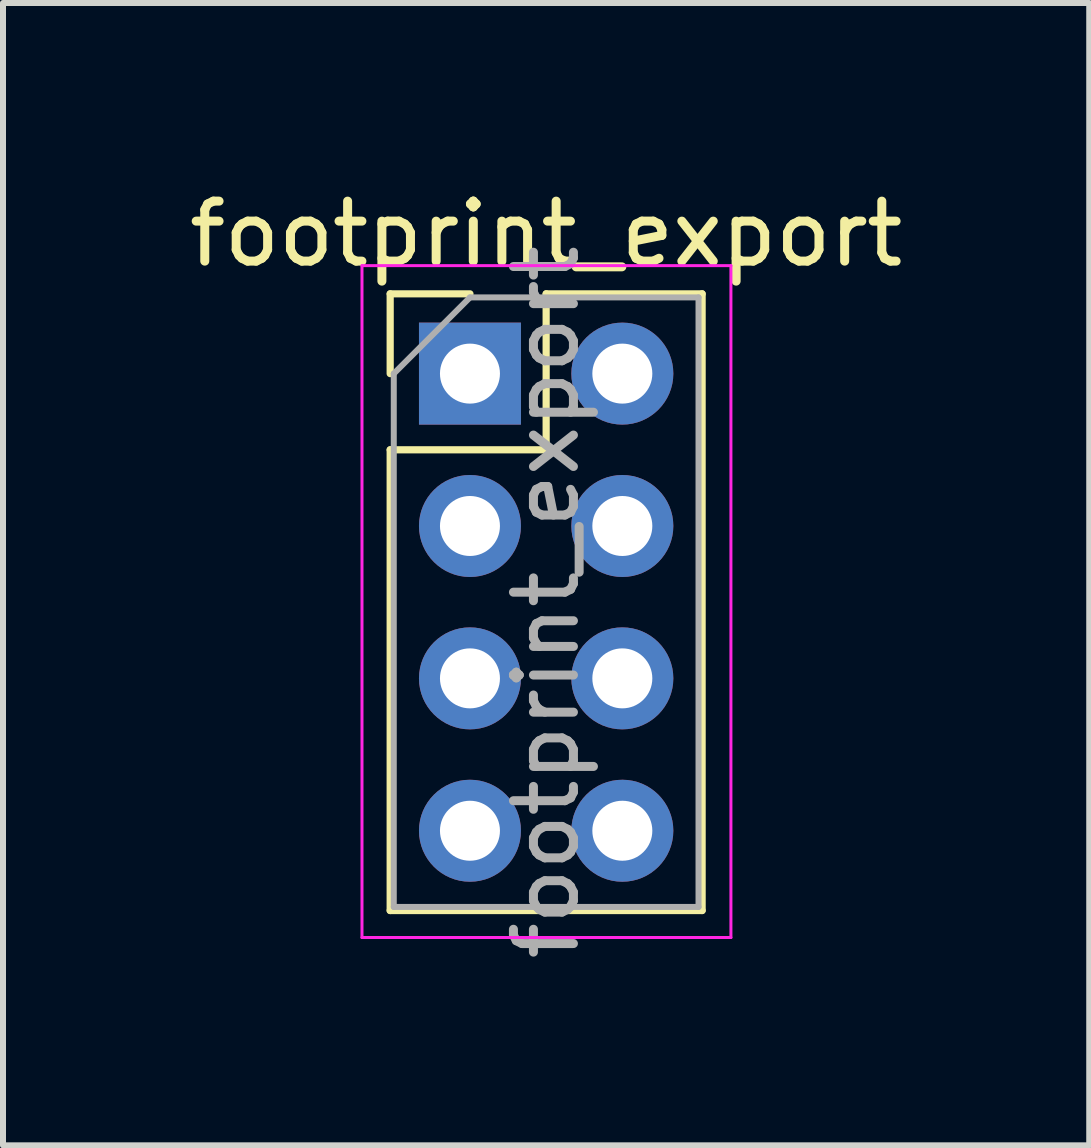
<source format=kicad_pcb>
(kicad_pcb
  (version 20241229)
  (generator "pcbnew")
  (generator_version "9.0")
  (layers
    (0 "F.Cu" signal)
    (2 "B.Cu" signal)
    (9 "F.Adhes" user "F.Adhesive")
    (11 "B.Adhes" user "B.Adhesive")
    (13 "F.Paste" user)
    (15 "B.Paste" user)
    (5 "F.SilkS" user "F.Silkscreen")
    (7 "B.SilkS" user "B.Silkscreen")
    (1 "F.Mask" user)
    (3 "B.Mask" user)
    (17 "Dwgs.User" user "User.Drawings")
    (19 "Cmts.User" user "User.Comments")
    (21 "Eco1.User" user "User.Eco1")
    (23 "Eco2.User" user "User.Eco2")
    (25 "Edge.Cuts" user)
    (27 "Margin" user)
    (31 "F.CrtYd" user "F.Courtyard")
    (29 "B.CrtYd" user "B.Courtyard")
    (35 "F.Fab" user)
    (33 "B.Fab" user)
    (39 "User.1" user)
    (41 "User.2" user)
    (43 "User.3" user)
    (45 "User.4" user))
  (footprint "footprint_export"
    (layer "F.Cu")
    (at 4.784 3.178)
    (property "Reference" "footprint_export" (at 1.27 -2.33 0) (layer "F.SilkS") (effects (font (size 1 1) (thickness 0.15))))
    (attr through_hole)
    (fp_line (start -1.33 -1.33) (end 0 -1.33) (stroke (width 0.12) (type solid)) (layer "F.SilkS"))
    (fp_line (start -1.33 0) (end -1.33 -1.33) (stroke (width 0.12) (type solid)) (layer "F.SilkS"))
    (fp_line (start -1.33 1.27) (end -1.33 8.95) (stroke (width 0.12) (type solid)) (layer "F.SilkS"))
    (fp_line (start -1.33 1.27) (end 1.27 1.27) (stroke (width 0.12) (type solid)) (layer "F.SilkS"))
    (fp_line (start -1.33 8.95) (end 3.87 8.95) (stroke (width 0.12) (type solid)) (layer "F.SilkS"))
    (fp_line (start 1.27 -1.33) (end 3.87 -1.33) (stroke (width 0.12) (type solid)) (layer "F.SilkS"))
    (fp_line (start 1.27 1.27) (end 1.27 -1.33) (stroke (width 0.12) (type solid)) (layer "F.SilkS"))
    (fp_line (start 3.87 -1.33) (end 3.87 8.95) (stroke (width 0.12) (type solid)) (layer "F.SilkS"))
    (fp_line (start -1.8 -1.8) (end -1.8 9.4) (stroke (width 0.05) (type solid)) (layer "F.CrtYd"))
    (fp_line (start -1.8 9.4) (end 4.35 9.4) (stroke (width 0.05) (type solid)) (layer "F.CrtYd"))
    (fp_line (start 4.35 -1.8) (end -1.8 -1.8) (stroke (width 0.05) (type solid)) (layer "F.CrtYd"))
    (fp_line (start 4.35 9.4) (end 4.35 -1.8) (stroke (width 0.05) (type solid)) (layer "F.CrtYd"))
    (fp_line (start -1.27 0) (end 0 -1.27) (stroke (width 0.1) (type solid)) (layer "F.Fab"))
    (fp_line (start -1.27 8.89) (end -1.27 0) (stroke (width 0.1) (type solid)) (layer "F.Fab"))
    (fp_line (start 0 -1.27) (end 3.81 -1.27) (stroke (width 0.1) (type solid)) (layer "F.Fab"))
    (fp_line (start 3.81 -1.27) (end 3.81 8.89) (stroke (width 0.1) (type solid)) (layer "F.Fab"))
    (fp_line (start 3.81 8.89) (end -1.27 8.89) (stroke (width 0.1) (type solid)) (layer "F.Fab"))
    (fp_text user "${REFERENCE}" (at 1.27 3.81 90) (layer "F.Fab") (effects (font (size 1 1) (thickness 0.15))))
    (pad "1" thru_hole rect (at 0 0) (size 1.7 1.7) (drill 1) (layers "*.Cu" "*.Mask"))
    (pad "2" thru_hole oval (at 2.54 0) (size 1.7 1.7) (drill 1) (layers "*.Cu" "*.Mask"))
    (pad "3" thru_hole oval (at 0 2.54) (size 1.7 1.7) (drill 1) (layers "*.Cu" "*.Mask"))
    (pad "4" thru_hole oval (at 2.54 2.54) (size 1.7 1.7) (drill 1) (layers "*.Cu" "*.Mask"))
    (pad "5" thru_hole oval (at 0 5.08) (size 1.7 1.7) (drill 1) (layers "*.Cu" "*.Mask"))
    (pad "6" thru_hole oval (at 2.54 5.08) (size 1.7 1.7) (drill 1) (layers "*.Cu" "*.Mask"))
    (pad "7" thru_hole oval (at 0 7.62) (size 1.7 1.7) (drill 1) (layers "*.Cu" "*.Mask"))
    (pad "8" thru_hole oval (at 2.54 7.62) (size 1.7 1.7) (drill 1) (layers "*.Cu" "*.Mask")))
  (gr_rect
    (start -3 -3)
    (end 15.107 16.042)
    (stroke (width 0.1) (type default))
    (fill no)
    (layer "Edge.Cuts")))
</source>
